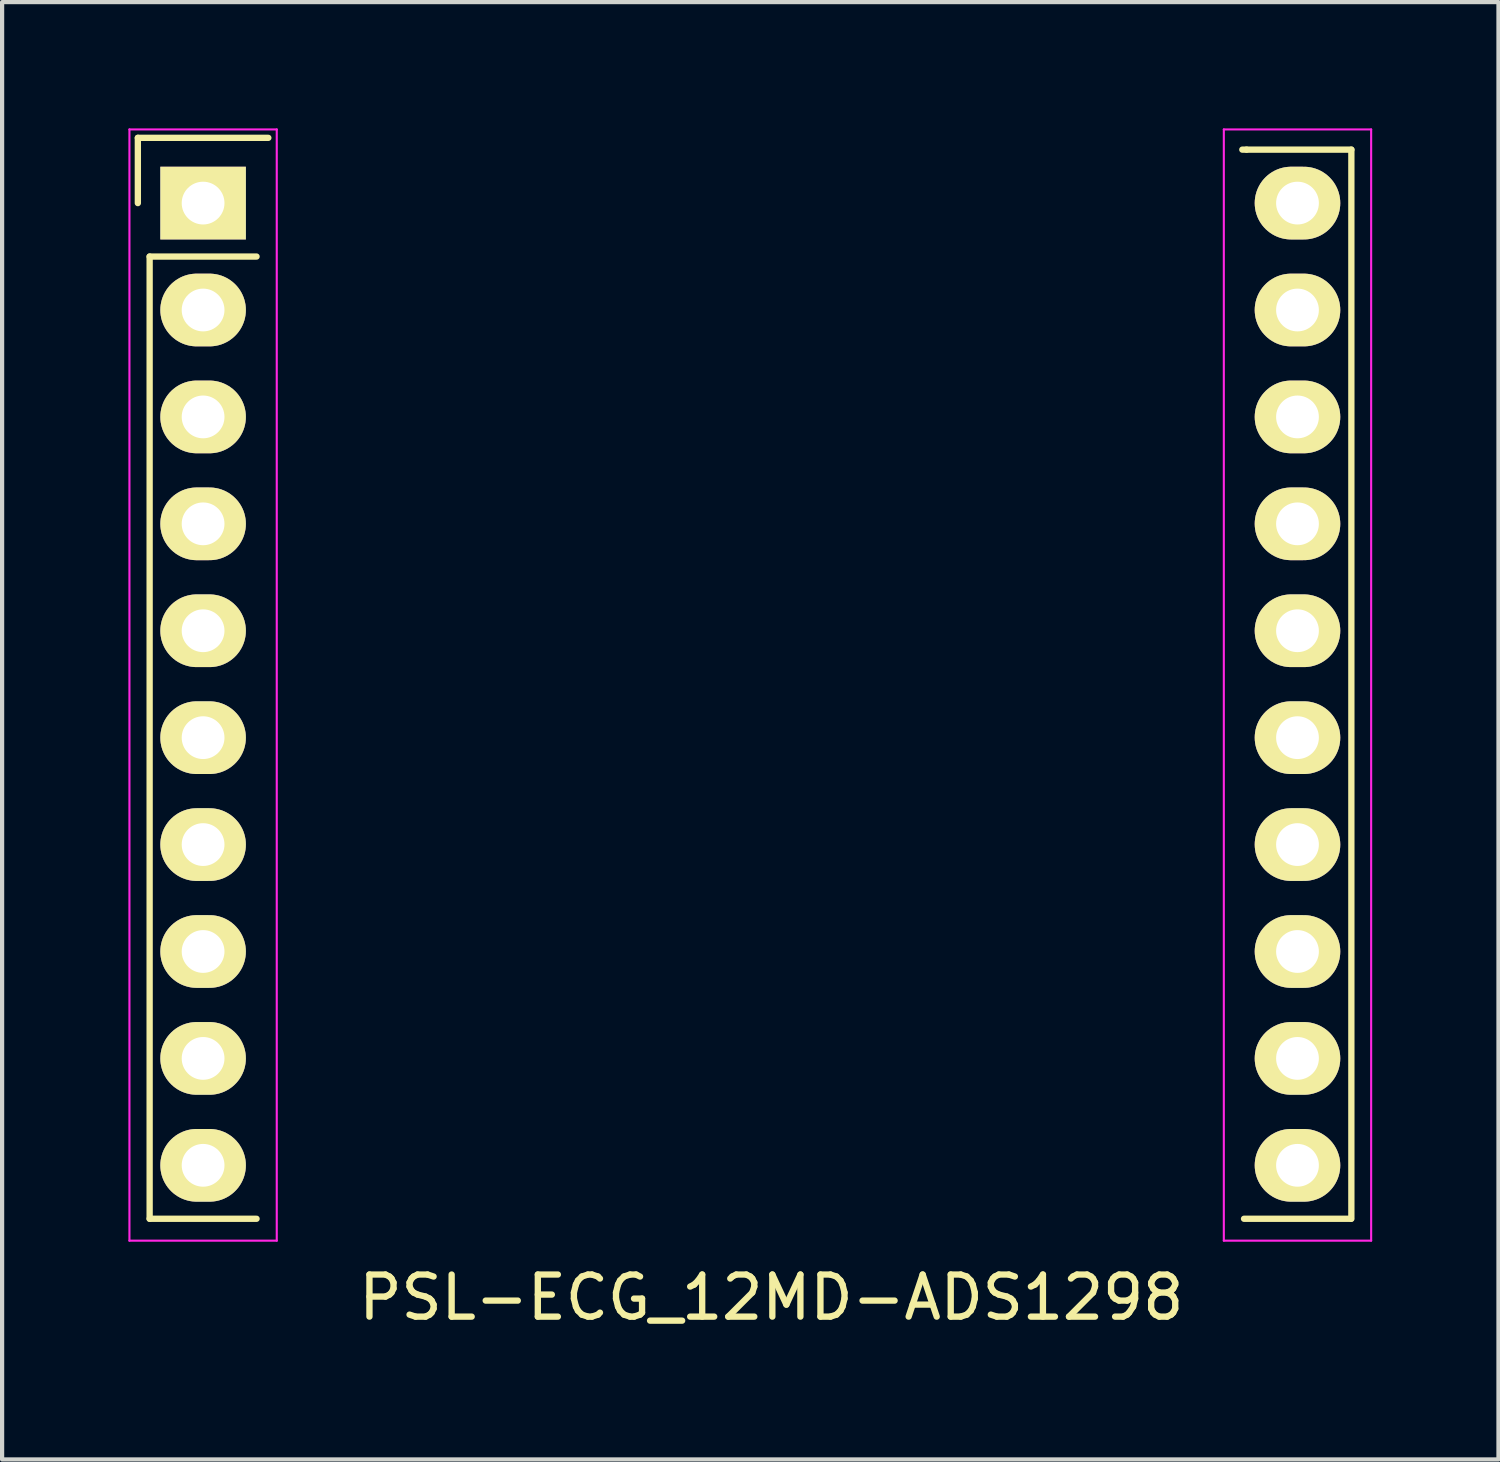
<source format=kicad_pcb>
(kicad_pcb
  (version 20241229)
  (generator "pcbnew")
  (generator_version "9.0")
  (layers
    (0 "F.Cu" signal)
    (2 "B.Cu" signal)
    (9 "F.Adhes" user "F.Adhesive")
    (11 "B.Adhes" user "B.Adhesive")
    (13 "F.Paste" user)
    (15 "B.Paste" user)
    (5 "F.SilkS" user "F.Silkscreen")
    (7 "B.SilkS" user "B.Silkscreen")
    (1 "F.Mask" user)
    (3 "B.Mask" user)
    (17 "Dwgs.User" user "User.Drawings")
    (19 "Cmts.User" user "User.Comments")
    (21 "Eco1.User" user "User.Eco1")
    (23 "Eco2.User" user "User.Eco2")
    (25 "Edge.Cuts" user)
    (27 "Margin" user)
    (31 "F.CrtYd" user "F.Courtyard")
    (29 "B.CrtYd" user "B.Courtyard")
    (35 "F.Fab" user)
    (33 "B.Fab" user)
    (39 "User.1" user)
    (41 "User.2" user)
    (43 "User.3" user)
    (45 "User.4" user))
  (footprint "PSL-ECG_12MD-ADS1298"
    (layer "F.Cu")
    (at 1.775 1.775)
    (property "Reference" "PSL-ECG_12MD-ADS1298" (at 13.5 26 0) (layer "F.SilkS") (effects (font (size 1 1) (thickness 0.15))))
    (attr through_hole)
    (fp_line (start -1.55 -1.55) (end 1.55 -1.55) (stroke (width 0.15) (type solid)) (layer "F.SilkS"))
    (fp_line (start -1.55 0) (end -1.55 -1.55) (stroke (width 0.15) (type solid)) (layer "F.SilkS"))
    (fp_line (start -1.27 24.13) (end -1.27 1.27) (stroke (width 0.15) (type solid)) (layer "F.SilkS"))
    (fp_line (start 1.27 1.27) (end -1.27 1.27) (stroke (width 0.15) (type solid)) (layer "F.SilkS"))
    (fp_line (start 1.27 24.13) (end -1.27 24.13) (stroke (width 0.15) (type solid)) (layer "F.SilkS"))
    (fp_line (start 24.79 -1.27) (end 24.689 -1.27) (stroke (width 0.15) (type solid)) (layer "F.SilkS"))
    (fp_line (start 27.27 24.13) (end 24.73 24.13) (stroke (width 0.15) (type solid)) (layer "F.SilkS"))
    (fp_line (start 27.28 -1.27) (end 24.79 -1.27) (stroke (width 0.15) (type solid)) (layer "F.SilkS"))
    (fp_line (start 27.28 24.13) (end 27.28 -1.27) (stroke (width 0.15) (type solid)) (layer "F.SilkS"))
    (fp_line (start -1.75 -1.75) (end -1.75 24.65) (stroke (width 0.05) (type solid)) (layer "F.CrtYd"))
    (fp_line (start -1.75 -1.75) (end 1.75 -1.75) (stroke (width 0.05) (type solid)) (layer "F.CrtYd"))
    (fp_line (start -1.75 24.65) (end 1.75 24.65) (stroke (width 0.05) (type solid)) (layer "F.CrtYd"))
    (fp_line (start 1.75 -1.75) (end 1.75 24.65) (stroke (width 0.05) (type solid)) (layer "F.CrtYd"))
    (fp_line (start 24.25 -1.75) (end 24.25 24.65) (stroke (width 0.05) (type solid)) (layer "F.CrtYd"))
    (fp_line (start 24.25 -1.75) (end 27.75 -1.75) (stroke (width 0.05) (type solid)) (layer "F.CrtYd"))
    (fp_line (start 24.25 24.65) (end 27.75 24.65) (stroke (width 0.05) (type solid)) (layer "F.CrtYd"))
    (fp_line (start 27.75 -1.75) (end 27.75 24.65) (stroke (width 0.05) (type solid)) (layer "F.CrtYd"))
    (pad "1" thru_hole rect (at 0 0) (size 2.032 1.727) (drill 1.016) (layers "*.Cu" "*.Mask" "F.SilkS"))
    (pad "2" thru_hole oval (at 0 2.54) (size 2.032 1.727) (drill 1.016) (layers "*.Cu" "*.Mask" "F.SilkS"))
    (pad "3" thru_hole oval (at 0 5.08) (size 2.032 1.727) (drill 1.016) (layers "*.Cu" "*.Mask" "F.SilkS"))
    (pad "4" thru_hole oval (at 0 7.62) (size 2.032 1.727) (drill 1.016) (layers "*.Cu" "*.Mask" "F.SilkS"))
    (pad "5" thru_hole oval (at 0 10.16) (size 2.032 1.727) (drill 1.016) (layers "*.Cu" "*.Mask" "F.SilkS"))
    (pad "6" thru_hole oval (at 0 12.7) (size 2.032 1.727) (drill 1.016) (layers "*.Cu" "*.Mask" "F.SilkS"))
    (pad "7" thru_hole oval (at 0 15.24) (size 2.032 1.727) (drill 1.016) (layers "*.Cu" "*.Mask" "F.SilkS"))
    (pad "8" thru_hole oval (at 0 17.78) (size 2.032 1.727) (drill 1.016) (layers "*.Cu" "*.Mask" "F.SilkS"))
    (pad "9" thru_hole oval (at 0 20.32) (size 2.032 1.727) (drill 1.016) (layers "*.Cu" "*.Mask" "F.SilkS"))
    (pad "10" thru_hole oval (at 0 22.86) (size 2.032 1.727) (drill 1.016) (layers "*.Cu" "*.Mask" "F.SilkS"))
    (pad "11" thru_hole oval (at 26 22.86) (size 2.032 1.727) (drill 1.016) (layers "*.Cu" "*.Mask" "F.SilkS"))
    (pad "12" thru_hole oval (at 26 20.32) (size 2.032 1.727) (drill 1.016) (layers "*.Cu" "*.Mask" "F.SilkS"))
    (pad "13" thru_hole oval (at 26 17.78) (size 2.032 1.727) (drill 1.016) (layers "*.Cu" "*.Mask" "F.SilkS"))
    (pad "14" thru_hole oval (at 26 15.24) (size 2.032 1.727) (drill 1.016) (layers "*.Cu" "*.Mask" "F.SilkS"))
    (pad "15" thru_hole oval (at 26 12.7) (size 2.032 1.727) (drill 1.016) (layers "*.Cu" "*.Mask" "F.SilkS"))
    (pad "16" thru_hole oval (at 26 10.16) (size 2.032 1.727) (drill 1.016) (layers "*.Cu" "*.Mask" "F.SilkS"))
    (pad "17" thru_hole oval (at 26 7.62) (size 2.032 1.727) (drill 1.016) (layers "*.Cu" "*.Mask" "F.SilkS"))
    (pad "18" thru_hole oval (at 26 5.08) (size 2.032 1.727) (drill 1.016) (layers "*.Cu" "*.Mask" "F.SilkS"))
    (pad "19" thru_hole oval (at 26 2.54) (size 2.032 1.727) (drill 1.016) (layers "*.Cu" "*.Mask" "F.SilkS"))
    (pad "20" thru_hole oval (at 26 0) (size 2.032 1.727) (drill 1.016) (layers "*.Cu" "*.Mask" "F.SilkS")))
  (gr_rect
    (start -3 -3)
    (end 32.55 31.623)
    (stroke (width 0.1) (type default))
    (fill no)
    (layer "Edge.Cuts")))
</source>
